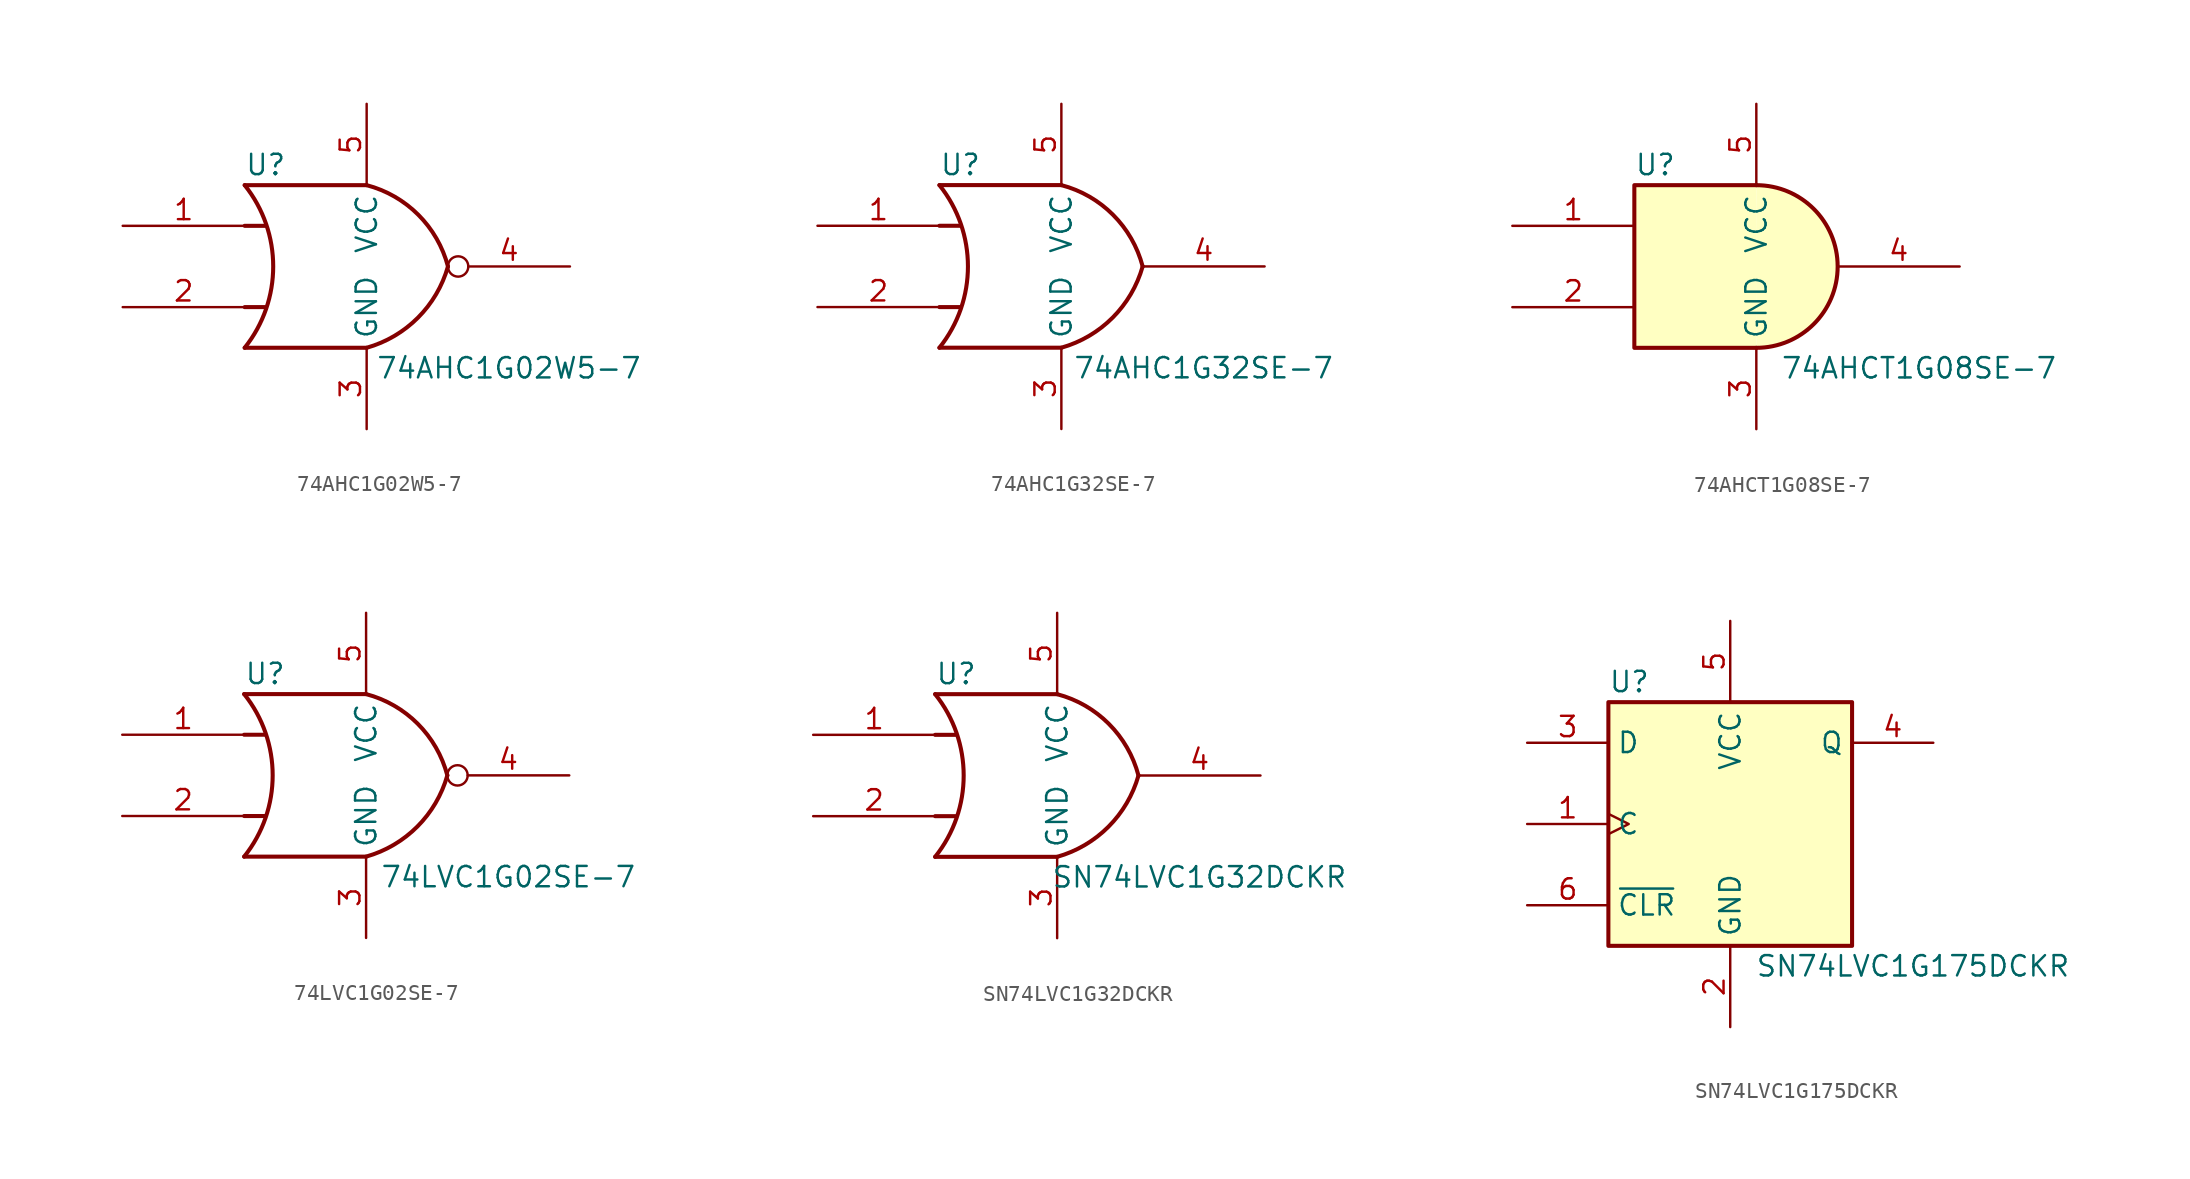
<source format=kicad_sym>
(kicad_symbol_lib
  (version 20220914)
  (generator kicad_symbol_editor)
  (symbol "74AHC1G02W5-7"
    (property "Reference" "U"
      (at 0 1.27 0)
      (effects (font (size 1.27 1.27)) (justify left)))
    (property "Value" "74AHC1G02W5-7"
      (at 16.51 -11.43 0)
      (effects (font (size 1.27 1.27))))
    (symbol "74AHC1G02W5-7_0_1"
      (arc (start 0 -10.16) (mid 1.782 -5.08) (end 0 0) (stroke (width 0.254) (type default)) (fill (type none)))
      (polyline (pts (xy 0 -7.62) (xy 1.27 -7.62)) (stroke (width 0.254) (type default)) (fill (type background)))
      (polyline (pts (xy 0 -2.54) (xy 1.27 -2.54)) (stroke (width 0.254) (type default)) (fill (type background)))
      (polyline (pts (xy 7.62 -10.16) (xy 0 -10.16)) (stroke (width 0.254) (type default)) (fill (type background)))
      (polyline (pts (xy 7.62 0) (xy 0 0)) (stroke (width 0.254) (type default)) (fill (type background)))
      (arc (start 7.62 -10.16) (mid 10.822 -8.282) (end 12.7 -5.08) (stroke (width 0.254) (type default)) (fill (type none)))
      (arc (start 12.7 -5.08) (mid 10.8471 -1.8529) (end 7.62 0) (stroke (width 0.254) (type default)) (fill (type none))))
    (symbol "74AHC1G02W5-7_1_1"
      (pin input line (at -7.62 -2.54 0) (length 7.62) (name "~" (effects (font (size 1.27 1.27)))) (number "1" (effects (font (size 1.27 1.27)))))
      (pin input line (at -7.62 -7.62 0) (length 7.62) (name "~" (effects (font (size 1.27 1.27)))) (number "2" (effects (font (size 1.27 1.27)))))
      (pin power_in line (at 7.62 -15.24 90) (length 5.08) (name "GND" (effects (font (size 1.27 1.27)))) (number "3" (effects (font (size 1.27 1.27)))))
      (pin output inverted (at 20.32 -5.08 180) (length 7.62) (name "~" (effects (font (size 1.27 1.27)))) (number "4" (effects (font (size 1.27 1.27)))))
      (pin power_in line (at 7.62 5.08 270) (length 5.08) (name "VCC" (effects (font (size 1.27 1.27)))) (number "5" (effects (font (size 1.27 1.27)))))))
  (symbol "74AHC1G32SE-7"
    (property "Reference" "U"
      (at 0 1.27 0)
      (effects (font (size 1.27 1.27)) (justify left)))
    (property "Value" "74AHC1G32SE-7"
      (at 16.51 -11.43 0)
      (effects (font (size 1.27 1.27))))
    (symbol "74AHC1G32SE-7_0_1"
      (arc (start 0 -10.16) (mid 1.782 -5.08) (end 0 0) (stroke (width 0.254) (type default)) (fill (type none)))
      (polyline (pts (xy 0 -7.62) (xy 1.27 -7.62)) (stroke (width 0.254) (type default)) (fill (type background)))
      (polyline (pts (xy 0 -2.54) (xy 1.27 -2.54)) (stroke (width 0.254) (type default)) (fill (type background)))
      (polyline (pts (xy 7.62 -10.16) (xy 0 -10.16)) (stroke (width 0.254) (type default)) (fill (type background)))
      (polyline (pts (xy 7.62 0) (xy 0 0)) (stroke (width 0.254) (type default)) (fill (type background)))
      (arc (start 7.62 -10.16) (mid 10.822 -8.282) (end 12.7 -5.08) (stroke (width 0.254) (type default)) (fill (type none)))
      (arc (start 12.7 -5.08) (mid 10.8471 -1.8529) (end 7.62 0) (stroke (width 0.254) (type default)) (fill (type none))))
    (symbol "74AHC1G32SE-7_1_1"
      (pin input line (at -7.62 -2.54 0) (length 7.62) (name "~" (effects (font (size 1.27 1.27)))) (number "1" (effects (font (size 1.27 1.27)))))
      (pin input line (at -7.62 -7.62 0) (length 7.62) (name "~" (effects (font (size 1.27 1.27)))) (number "2" (effects (font (size 1.27 1.27)))))
      (pin power_in line (at 7.62 -15.24 90) (length 5.08) (name "GND" (effects (font (size 1.27 1.27)))) (number "3" (effects (font (size 1.27 1.27)))))
      (pin output line (at 20.32 -5.08 180) (length 7.62) (name "~" (effects (font (size 1.27 1.27)))) (number "4" (effects (font (size 1.27 1.27)))))
      (pin power_in line (at 7.62 5.08 270) (length 5.08) (name "VCC" (effects (font (size 1.27 1.27)))) (number "5" (effects (font (size 1.27 1.27)))))))
  (symbol "74AHCT1G08SE-7"
    (property "Reference" "U"
      (at 0 1.27 0)
      (effects (font (size 1.27 1.27)) (justify left)))
    (property "Value" "74AHCT1G08SE-7"
      (at 17.78 -11.43 0)
      (effects (font (size 1.27 1.27))))
    (symbol "74AHCT1G08SE-7_0_1"
      (polyline (pts (xy 7.62 -10.16) (xy 0 -10.16) (xy 0 0) (xy 7.62 0)) (stroke (width 0.254) (type default)) (fill (type background)))
      (arc (start 7.62 -10.16) (mid 12.6779 -5.08) (end 7.62 0) (stroke (width 0.254) (type default)) (fill (type background))))
    (symbol "74AHCT1G08SE-7_1_1"
      (pin input line (at -7.62 -2.54 0) (length 7.62) (name "~" (effects (font (size 1.27 1.27)))) (number "1" (effects (font (size 1.27 1.27)))))
      (pin input line (at -7.62 -7.62 0) (length 7.62) (name "~" (effects (font (size 1.27 1.27)))) (number "2" (effects (font (size 1.27 1.27)))))
      (pin power_in line (at 7.62 -15.24 90) (length 5.08) (name "GND" (effects (font (size 1.27 1.27)))) (number "3" (effects (font (size 1.27 1.27)))))
      (pin output line (at 20.32 -5.08 180) (length 7.62) (name "~" (effects (font (size 1.27 1.27)))) (number "4" (effects (font (size 1.27 1.27)))))
      (pin power_in line (at 7.62 5.08 270) (length 5.08) (name "VCC" (effects (font (size 1.27 1.27)))) (number "5" (effects (font (size 1.27 1.27)))))))
  (symbol "74LVC1G02SE-7"
    (property "Reference" "U"
      (at 0 1.27 0)
      (effects (font (size 1.27 1.27)) (justify left)))
    (property "Value" "74LVC1G02SE-7"
      (at 16.51 -11.43 0)
      (effects (font (size 1.27 1.27))))
    (symbol "74LVC1G02SE-7_0_1"
      (arc (start 0 -10.16) (mid 1.782 -5.08) (end 0 0) (stroke (width 0.254) (type default)) (fill (type none)))
      (polyline (pts (xy 0 -7.62) (xy 1.27 -7.62)) (stroke (width 0.254) (type default)) (fill (type background)))
      (polyline (pts (xy 0 -2.54) (xy 1.27 -2.54)) (stroke (width 0.254) (type default)) (fill (type background)))
      (polyline (pts (xy 7.62 -10.16) (xy 0 -10.16)) (stroke (width 0.254) (type default)) (fill (type background)))
      (polyline (pts (xy 7.62 0) (xy 0 0)) (stroke (width 0.254) (type default)) (fill (type background)))
      (arc (start 7.62 -10.16) (mid 10.822 -8.282) (end 12.7 -5.08) (stroke (width 0.254) (type default)) (fill (type none)))
      (arc (start 12.7 -5.08) (mid 10.8471 -1.8529) (end 7.62 0) (stroke (width 0.254) (type default)) (fill (type none))))
    (symbol "74LVC1G02SE-7_1_1"
      (pin input line (at -7.62 -2.54 0) (length 7.62) (name "~" (effects (font (size 1.27 1.27)))) (number "1" (effects (font (size 1.27 1.27)))))
      (pin input line (at -7.62 -7.62 0) (length 7.62) (name "~" (effects (font (size 1.27 1.27)))) (number "2" (effects (font (size 1.27 1.27)))))
      (pin power_in line (at 7.62 -15.24 90) (length 5.08) (name "GND" (effects (font (size 1.27 1.27)))) (number "3" (effects (font (size 1.27 1.27)))))
      (pin output inverted (at 20.32 -5.08 180) (length 7.62) (name "~" (effects (font (size 1.27 1.27)))) (number "4" (effects (font (size 1.27 1.27)))))
      (pin power_in line (at 7.62 5.08 270) (length 5.08) (name "VCC" (effects (font (size 1.27 1.27)))) (number "5" (effects (font (size 1.27 1.27)))))))
  (symbol "SN74LVC1G32DCKR"
    (property "Reference" "U"
      (at 0 1.27 0)
      (effects (font (size 1.27 1.27)) (justify left)))
    (property "Value" "SN74LVC1G32DCKR"
      (at 16.51 -11.43 0)
      (effects (font (size 1.27 1.27))))
    (symbol "SN74LVC1G32DCKR_0_1"
      (arc (start 0 -10.16) (mid 1.782 -5.08) (end 0 0) (stroke (width 0.254) (type default)) (fill (type none)))
      (polyline (pts (xy 0 -7.62) (xy 1.27 -7.62)) (stroke (width 0.254) (type default)) (fill (type background)))
      (polyline (pts (xy 0 -2.54) (xy 1.27 -2.54)) (stroke (width 0.254) (type default)) (fill (type background)))
      (polyline (pts (xy 7.62 -10.16) (xy 0 -10.16)) (stroke (width 0.254) (type default)) (fill (type background)))
      (polyline (pts (xy 7.62 0) (xy 0 0)) (stroke (width 0.254) (type default)) (fill (type background)))
      (arc (start 7.62 -10.16) (mid 10.822 -8.282) (end 12.7 -5.08) (stroke (width 0.254) (type default)) (fill (type none)))
      (arc (start 12.7 -5.08) (mid 10.8471 -1.8529) (end 7.62 0) (stroke (width 0.254) (type default)) (fill (type none))))
    (symbol "SN74LVC1G32DCKR_1_1"
      (pin input line (at -7.62 -2.54 0) (length 7.62) (name "~" (effects (font (size 1.27 1.27)))) (number "1" (effects (font (size 1.27 1.27)))))
      (pin input line (at -7.62 -7.62 0) (length 7.62) (name "~" (effects (font (size 1.27 1.27)))) (number "2" (effects (font (size 1.27 1.27)))))
      (pin power_in line (at 7.62 -15.24 90) (length 5.08) (name "GND" (effects (font (size 1.27 1.27)))) (number "3" (effects (font (size 1.27 1.27)))))
      (pin output line (at 20.32 -5.08 180) (length 7.62) (name "~" (effects (font (size 1.27 1.27)))) (number "4" (effects (font (size 1.27 1.27)))))
      (pin power_in line (at 7.62 5.08 270) (length 5.08) (name "VCC" (effects (font (size 1.27 1.27)))) (number "5" (effects (font (size 1.27 1.27)))))))
  (symbol "SN74LVC1G175DCKR"
    (property "Reference" "U"
      (at 0 1.27 0)
      (effects (font (size 1.27 1.27)) (justify left)))
    (property "Value" "SN74LVC1G175DCKR"
      (at 19.05 -16.51 0)
      (effects (font (size 1.27 1.27))))
    (symbol "SN74LVC1G175DCKR_0_1"
      (rectangle (start 0 0) (end 15.24 -15.24) (stroke (width 0.254) (type default)) (fill (type background))))
    (symbol "SN74LVC1G175DCKR_1_1"
      (pin input clock (at -5.08 -7.62 0) (length 5.08) (name "C" (effects (font (size 1.27 1.27)))) (number "1" (effects (font (size 1.27 1.27)))))
      (pin power_in line (at 7.62 -20.32 90) (length 5.08) (name "GND" (effects (font (size 1.27 1.27)))) (number "2" (effects (font (size 1.27 1.27)))))
      (pin input line (at -5.08 -2.54 0) (length 5.08) (name "D" (effects (font (size 1.27 1.27)))) (number "3" (effects (font (size 1.27 1.27)))))
      (pin output line (at 20.32 -2.54 180) (length 5.08) (name "Q" (effects (font (size 1.27 1.27)))) (number "4" (effects (font (size 1.27 1.27)))))
      (pin power_in line (at 7.62 5.08 270) (length 5.08) (name "VCC" (effects (font (size 1.27 1.27)))) (number "5" (effects (font (size 1.27 1.27)))))
      (pin input line (at -5.08 -12.7 0) (length 5.08) (name "~{CLR}" (effects (font (size 1.27 1.27)))) (number "6" (effects (font (size 1.27 1.27))))))))
</source>
